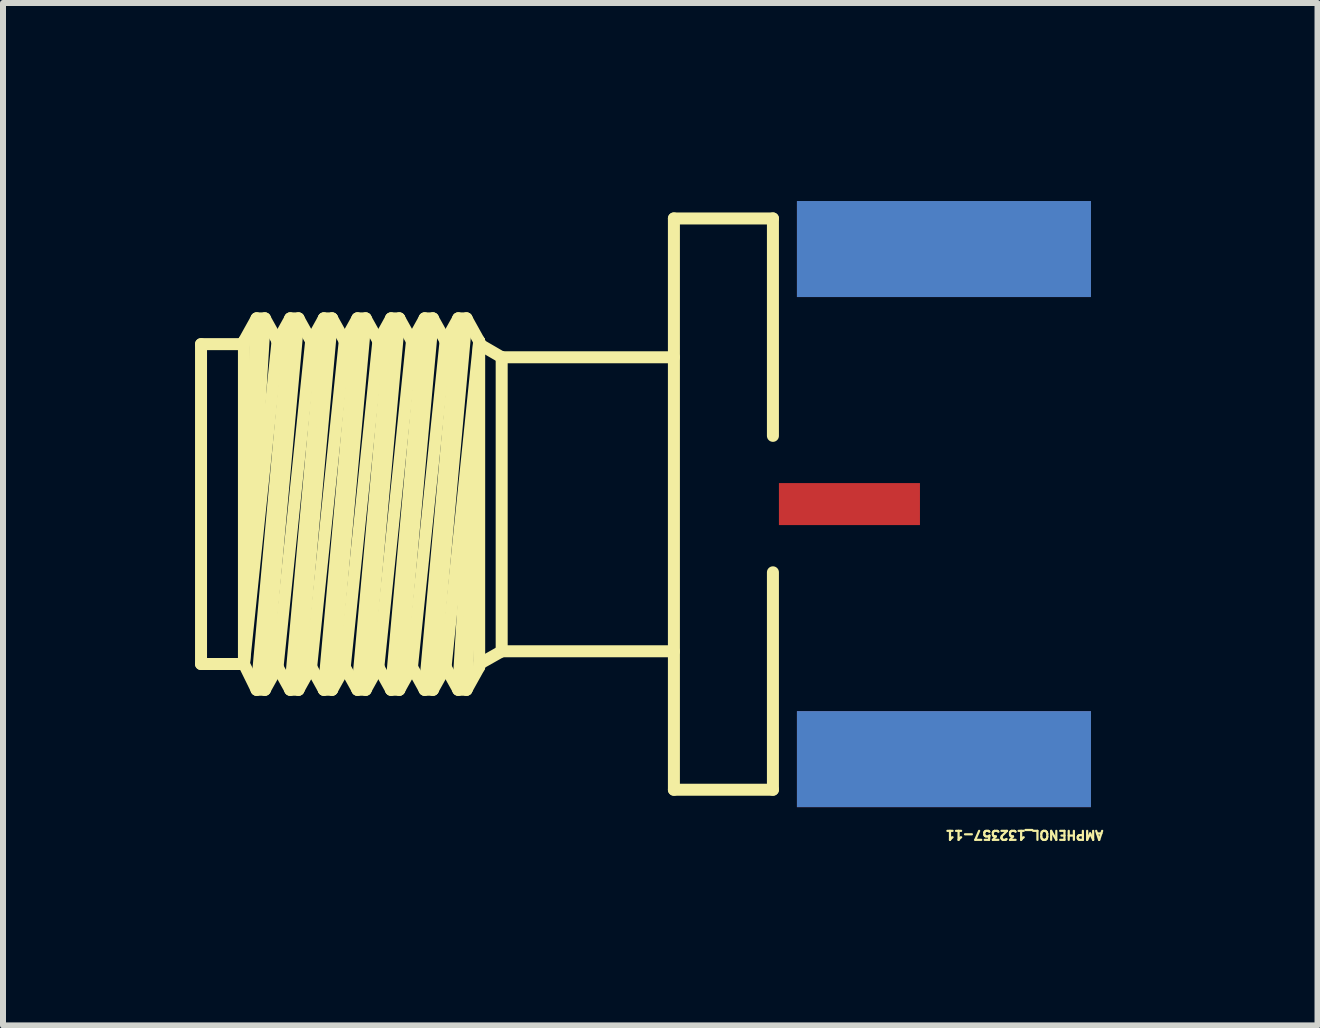
<source format=kicad_pcb>
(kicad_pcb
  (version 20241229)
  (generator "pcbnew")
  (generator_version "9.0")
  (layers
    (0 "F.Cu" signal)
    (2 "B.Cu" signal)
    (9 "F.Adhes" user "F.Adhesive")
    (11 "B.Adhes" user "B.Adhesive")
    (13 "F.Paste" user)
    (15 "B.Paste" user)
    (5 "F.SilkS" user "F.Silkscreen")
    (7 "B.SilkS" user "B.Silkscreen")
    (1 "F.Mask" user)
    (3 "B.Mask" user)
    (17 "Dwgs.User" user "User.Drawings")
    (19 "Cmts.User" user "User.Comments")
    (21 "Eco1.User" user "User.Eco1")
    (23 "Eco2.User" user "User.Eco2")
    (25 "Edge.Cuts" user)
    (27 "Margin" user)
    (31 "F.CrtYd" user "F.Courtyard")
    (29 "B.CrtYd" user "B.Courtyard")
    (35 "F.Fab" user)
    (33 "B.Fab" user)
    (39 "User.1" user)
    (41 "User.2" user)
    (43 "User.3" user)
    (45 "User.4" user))
  (footprint "AMPHENOL_132357-11"
    (layer "F.Cu")
    (at 11.105 5.35)
    (property "Reference" "AMPHENOL_132357-11" (at 4.25 5.425 180) (unlocked yes) (layer "F.SilkS") (effects (font (size 0.15 0.15) (thickness 0.037)) (justify left bottom)))
    (fp_line (start -10.805 -2.665) (end -10.805 2.665) (stroke (width 0.2) (type solid)) (layer "F.SilkS"))
    (fp_line (start -10.09 -2.715) (end -10.09 2.665) (stroke (width 0.2) (type solid)) (layer "F.SilkS"))
    (fp_line (start -10.09 -2.665) (end -10.805 -2.665) (stroke (width 0.2) (type solid)) (layer "F.SilkS"))
    (fp_line (start -10.09 2.665) (end -10.805 2.665) (stroke (width 0.2) (type solid)) (layer "F.SilkS"))
    (fp_line (start -9.879 -3.094) (end -10.09 -2.715) (stroke (width 0.2) (type solid)) (layer "F.SilkS"))
    (fp_line (start -9.879 -3.094) (end -10.09 2.665) (stroke (width 0.2) (type solid)) (layer "F.SilkS"))
    (fp_line (start -9.879 3.094) (end -10.09 2.665) (stroke (width 0.2) (type solid)) (layer "F.SilkS"))
    (fp_line (start -9.741 -3.094) (end -10.09 2.665) (stroke (width 0.2) (type solid)) (layer "F.SilkS"))
    (fp_line (start -9.741 -3.094) (end -9.879 -3.094) (stroke (width 0.2) (type solid)) (layer "F.SilkS"))
    (fp_line (start -9.741 3.094) (end -9.879 3.094) (stroke (width 0.2) (type solid)) (layer "F.SilkS"))
    (fp_line (start -9.53 -2.715) (end -10.09 2.665) (stroke (width 0.2) (type solid)) (layer "F.SilkS"))
    (fp_line (start -9.53 -2.715) (end -9.741 -3.094) (stroke (width 0.2) (type solid)) (layer "F.SilkS"))
    (fp_line (start -9.53 2.715) (end -9.741 3.094) (stroke (width 0.2) (type solid)) (layer "F.SilkS"))
    (fp_line (start -9.319 -3.094) (end -9.879 3.094) (stroke (width 0.2) (type solid)) (layer "F.SilkS"))
    (fp_line (start -9.319 -3.094) (end -9.53 -2.715) (stroke (width 0.2) (type solid)) (layer "F.SilkS"))
    (fp_line (start -9.319 3.094) (end -9.53 2.715) (stroke (width 0.2) (type solid)) (layer "F.SilkS"))
    (fp_line (start -9.181 -3.094) (end -9.741 3.094) (stroke (width 0.2) (type solid)) (layer "F.SilkS"))
    (fp_line (start -9.181 -3.094) (end -9.319 -3.094) (stroke (width 0.2) (type solid)) (layer "F.SilkS"))
    (fp_line (start -9.181 3.094) (end -9.319 3.094) (stroke (width 0.2) (type solid)) (layer "F.SilkS"))
    (fp_line (start -8.97 -2.715) (end -9.53 2.715) (stroke (width 0.2) (type solid)) (layer "F.SilkS"))
    (fp_line (start -8.97 -2.715) (end -9.181 -3.094) (stroke (width 0.2) (type solid)) (layer "F.SilkS"))
    (fp_line (start -8.97 2.715) (end -9.181 3.094) (stroke (width 0.2) (type solid)) (layer "F.SilkS"))
    (fp_line (start -8.759 -3.094) (end -9.319 3.094) (stroke (width 0.2) (type solid)) (layer "F.SilkS"))
    (fp_line (start -8.759 -3.094) (end -8.97 -2.715) (stroke (width 0.2) (type solid)) (layer "F.SilkS"))
    (fp_line (start -8.759 3.094) (end -8.97 2.715) (stroke (width 0.2) (type solid)) (layer "F.SilkS"))
    (fp_line (start -8.621 -3.094) (end -9.181 3.094) (stroke (width 0.2) (type solid)) (layer "F.SilkS"))
    (fp_line (start -8.621 -3.094) (end -8.759 -3.094) (stroke (width 0.2) (type solid)) (layer "F.SilkS"))
    (fp_line (start -8.621 3.094) (end -8.759 3.094) (stroke (width 0.2) (type solid)) (layer "F.SilkS"))
    (fp_line (start -8.41 -2.715) (end -8.97 2.715) (stroke (width 0.2) (type solid)) (layer "F.SilkS"))
    (fp_line (start -8.41 -2.715) (end -8.621 -3.094) (stroke (width 0.2) (type solid)) (layer "F.SilkS"))
    (fp_line (start -8.41 2.715) (end -8.621 3.094) (stroke (width 0.2) (type solid)) (layer "F.SilkS"))
    (fp_line (start -8.199 -3.094) (end -8.759 3.094) (stroke (width 0.2) (type solid)) (layer "F.SilkS"))
    (fp_line (start -8.199 -3.094) (end -8.41 -2.715) (stroke (width 0.2) (type solid)) (layer "F.SilkS"))
    (fp_line (start -8.199 3.094) (end -8.41 2.715) (stroke (width 0.2) (type solid)) (layer "F.SilkS"))
    (fp_line (start -8.061 -3.094) (end -8.621 3.094) (stroke (width 0.2) (type solid)) (layer "F.SilkS"))
    (fp_line (start -8.061 -3.094) (end -8.199 -3.094) (stroke (width 0.2) (type solid)) (layer "F.SilkS"))
    (fp_line (start -8.061 3.094) (end -8.199 3.094) (stroke (width 0.2) (type solid)) (layer "F.SilkS"))
    (fp_line (start -7.85 -2.715) (end -8.41 2.715) (stroke (width 0.2) (type solid)) (layer "F.SilkS"))
    (fp_line (start -7.85 -2.715) (end -8.061 -3.094) (stroke (width 0.2) (type solid)) (layer "F.SilkS"))
    (fp_line (start -7.85 2.715) (end -8.061 3.094) (stroke (width 0.2) (type solid)) (layer "F.SilkS"))
    (fp_line (start -7.639 -3.094) (end -8.199 3.094) (stroke (width 0.2) (type solid)) (layer "F.SilkS"))
    (fp_line (start -7.639 -3.094) (end -7.85 -2.715) (stroke (width 0.2) (type solid)) (layer "F.SilkS"))
    (fp_line (start -7.639 3.094) (end -7.85 2.715) (stroke (width 0.2) (type solid)) (layer "F.SilkS"))
    (fp_line (start -7.501 -3.094) (end -8.061 3.094) (stroke (width 0.2) (type solid)) (layer "F.SilkS"))
    (fp_line (start -7.501 -3.094) (end -7.639 -3.094) (stroke (width 0.2) (type solid)) (layer "F.SilkS"))
    (fp_line (start -7.501 3.094) (end -7.639 3.094) (stroke (width 0.2) (type solid)) (layer "F.SilkS"))
    (fp_line (start -7.29 -2.715) (end -7.85 2.715) (stroke (width 0.2) (type solid)) (layer "F.SilkS"))
    (fp_line (start -7.29 -2.715) (end -7.501 -3.094) (stroke (width 0.2) (type solid)) (layer "F.SilkS"))
    (fp_line (start -7.29 2.715) (end -7.501 3.094) (stroke (width 0.2) (type solid)) (layer "F.SilkS"))
    (fp_line (start -7.079 -3.094) (end -7.639 3.094) (stroke (width 0.2) (type solid)) (layer "F.SilkS"))
    (fp_line (start -7.079 -3.094) (end -7.29 -2.715) (stroke (width 0.2) (type solid)) (layer "F.SilkS"))
    (fp_line (start -7.079 3.094) (end -7.29 2.715) (stroke (width 0.2) (type solid)) (layer "F.SilkS"))
    (fp_line (start -6.941 -3.094) (end -7.501 3.094) (stroke (width 0.2) (type solid)) (layer "F.SilkS"))
    (fp_line (start -6.941 -3.094) (end -7.079 -3.094) (stroke (width 0.2) (type solid)) (layer "F.SilkS"))
    (fp_line (start -6.941 3.094) (end -7.079 3.094) (stroke (width 0.2) (type solid)) (layer "F.SilkS"))
    (fp_line (start -6.73 -2.715) (end -7.29 2.715) (stroke (width 0.2) (type solid)) (layer "F.SilkS"))
    (fp_line (start -6.73 -2.715) (end -6.941 -3.094) (stroke (width 0.2) (type solid)) (layer "F.SilkS"))
    (fp_line (start -6.73 2.715) (end -6.941 3.094) (stroke (width 0.2) (type solid)) (layer "F.SilkS"))
    (fp_line (start -6.519 -3.094) (end -7.079 3.094) (stroke (width 0.2) (type solid)) (layer "F.SilkS"))
    (fp_line (start -6.519 -3.094) (end -6.73 -2.715) (stroke (width 0.2) (type solid)) (layer "F.SilkS"))
    (fp_line (start -6.519 3.094) (end -6.73 2.715) (stroke (width 0.2) (type solid)) (layer "F.SilkS"))
    (fp_line (start -6.381 -3.094) (end -6.941 3.094) (stroke (width 0.2) (type solid)) (layer "F.SilkS"))
    (fp_line (start -6.381 -3.094) (end -6.519 -3.094) (stroke (width 0.2) (type solid)) (layer "F.SilkS"))
    (fp_line (start -6.381 3.094) (end -6.519 3.094) (stroke (width 0.2) (type solid)) (layer "F.SilkS"))
    (fp_line (start -6.17 -2.713) (end -6.73 2.715) (stroke (width 0.2) (type solid)) (layer "F.SilkS"))
    (fp_line (start -6.17 -2.713) (end -6.519 3.094) (stroke (width 0.2) (type solid)) (layer "F.SilkS"))
    (fp_line (start -6.17 -2.713) (end -6.381 -3.094) (stroke (width 0.2) (type solid)) (layer "F.SilkS"))
    (fp_line (start -6.17 -2.713) (end -6.17 2.715) (stroke (width 0.2) (type solid)) (layer "F.SilkS"))
    (fp_line (start -6.17 -2.665) (end -6.381 3.094) (stroke (width 0.2) (type solid)) (layer "F.SilkS"))
    (fp_line (start -6.17 2.715) (end -6.381 3.094) (stroke (width 0.2) (type solid)) (layer "F.SilkS"))
    (fp_line (start -5.795 -2.447) (end -6.17 -2.665) (stroke (width 0.2) (type solid)) (layer "F.SilkS"))
    (fp_line (start -5.795 -2.447) (end -5.795 2.453) (stroke (width 0.2) (type solid)) (layer "F.SilkS"))
    (fp_line (start -5.795 2.453) (end -6.17 2.665) (stroke (width 0.2) (type solid)) (layer "F.SilkS"))
    (fp_line (start -2.925 -4.76) (end -2.925 4.76) (stroke (width 0.2) (type solid)) (layer "F.SilkS"))
    (fp_line (start -2.925 -2.447) (end -5.795 -2.447) (stroke (width 0.2) (type solid)) (layer "F.SilkS"))
    (fp_line (start -2.925 2.453) (end -5.795 2.453) (stroke (width 0.2) (type solid)) (layer "F.SilkS"))
    (fp_line (start -1.275 -4.76) (end -2.925 -4.76) (stroke (width 0.2) (type solid)) (layer "F.SilkS"))
    (fp_line (start -1.275 -4.76) (end -1.275 -1.137) (stroke (width 0.2) (type solid)) (layer "F.SilkS"))
    (fp_line (start -1.275 1.137) (end -1.275 4.76) (stroke (width 0.2) (type solid)) (layer "F.SilkS"))
    (fp_line (start -1.275 4.76) (end -2.925 4.76) (stroke (width 0.2) (type solid)) (layer "F.SilkS"))
    (fp_line (start -11.055 -3.344) (end -11.055 3.344) (stroke (width 0.1) (type solid)) (layer "Eco1.User"))
    (fp_line (start -10.805 -2.665) (end -10.805 2.665) (stroke (width 0.1) (type solid)) (layer "Eco1.User"))
    (fp_line (start -10.09 -2.715) (end -10.09 2.665) (stroke (width 0.1) (type solid)) (layer "Eco1.User"))
    (fp_line (start -10.09 -2.665) (end -10.805 -2.665) (stroke (width 0.1) (type solid)) (layer "Eco1.User"))
    (fp_line (start -10.09 2.665) (end -10.805 2.665) (stroke (width 0.1) (type solid)) (layer "Eco1.User"))
    (fp_line (start -9.879 -3.094) (end -10.09 -2.715) (stroke (width 0.1) (type solid)) (layer "Eco1.User"))
    (fp_line (start -9.879 -3.094) (end -10.09 2.665) (stroke (width 0.1) (type solid)) (layer "Eco1.User"))
    (fp_line (start -9.879 3.094) (end -10.09 2.665) (stroke (width 0.1) (type solid)) (layer "Eco1.User"))
    (fp_line (start -9.741 -3.094) (end -10.09 2.665) (stroke (width 0.1) (type solid)) (layer "Eco1.User"))
    (fp_line (start -9.741 -3.094) (end -9.879 -3.094) (stroke (width 0.1) (type solid)) (layer "Eco1.User"))
    (fp_line (start -9.741 3.094) (end -9.879 3.094) (stroke (width 0.1) (type solid)) (layer "Eco1.User"))
    (fp_line (start -9.53 -2.715) (end -10.09 2.665) (stroke (width 0.1) (type solid)) (layer "Eco1.User"))
    (fp_line (start -9.53 -2.715) (end -9.741 -3.094) (stroke (width 0.1) (type solid)) (layer "Eco1.User"))
    (fp_line (start -9.53 2.715) (end -9.741 3.094) (stroke (width 0.1) (type solid)) (layer "Eco1.User"))
    (fp_line (start -9.319 -3.094) (end -9.879 3.094) (stroke (width 0.1) (type solid)) (layer "Eco1.User"))
    (fp_line (start -9.319 -3.094) (end -9.53 -2.715) (stroke (width 0.1) (type solid)) (layer "Eco1.User"))
    (fp_line (start -9.319 3.094) (end -9.53 2.715) (stroke (width 0.1) (type solid)) (layer "Eco1.User"))
    (fp_line (start -9.181 -3.094) (end -9.741 3.094) (stroke (width 0.1) (type solid)) (layer "Eco1.User"))
    (fp_line (start -9.181 -3.094) (end -9.319 -3.094) (stroke (width 0.1) (type solid)) (layer "Eco1.User"))
    (fp_line (start -9.181 3.094) (end -9.319 3.094) (stroke (width 0.1) (type solid)) (layer "Eco1.User"))
    (fp_line (start -8.97 -2.715) (end -9.53 2.715) (stroke (width 0.1) (type solid)) (layer "Eco1.User"))
    (fp_line (start -8.97 -2.715) (end -9.181 -3.094) (stroke (width 0.1) (type solid)) (layer "Eco1.User"))
    (fp_line (start -8.97 2.715) (end -9.181 3.094) (stroke (width 0.1) (type solid)) (layer "Eco1.User"))
    (fp_line (start -8.759 -3.094) (end -9.319 3.094) (stroke (width 0.1) (type solid)) (layer "Eco1.User"))
    (fp_line (start -8.759 -3.094) (end -8.97 -2.715) (stroke (width 0.1) (type solid)) (layer "Eco1.User"))
    (fp_line (start -8.759 3.094) (end -8.97 2.715) (stroke (width 0.1) (type solid)) (layer "Eco1.User"))
    (fp_line (start -8.621 -3.094) (end -9.181 3.094) (stroke (width 0.1) (type solid)) (layer "Eco1.User"))
    (fp_line (start -8.621 -3.094) (end -8.759 -3.094) (stroke (width 0.1) (type solid)) (layer "Eco1.User"))
    (fp_line (start -8.621 3.094) (end -8.759 3.094) (stroke (width 0.1) (type solid)) (layer "Eco1.User"))
    (fp_line (start -8.41 -2.715) (end -8.97 2.715) (stroke (width 0.1) (type solid)) (layer "Eco1.User"))
    (fp_line (start -8.41 -2.715) (end -8.621 -3.094) (stroke (width 0.1) (type solid)) (layer "Eco1.User"))
    (fp_line (start -8.41 2.715) (end -8.621 3.094) (stroke (width 0.1) (type solid)) (layer "Eco1.User"))
    (fp_line (start -8.199 -3.094) (end -8.759 3.094) (stroke (width 0.1) (type solid)) (layer "Eco1.User"))
    (fp_line (start -8.199 -3.094) (end -8.41 -2.715) (stroke (width 0.1) (type solid)) (layer "Eco1.User"))
    (fp_line (start -8.199 3.094) (end -8.41 2.715) (stroke (width 0.1) (type solid)) (layer "Eco1.User"))
    (fp_line (start -8.061 -3.094) (end -8.621 3.094) (stroke (width 0.1) (type solid)) (layer "Eco1.User"))
    (fp_line (start -8.061 -3.094) (end -8.199 -3.094) (stroke (width 0.1) (type solid)) (layer "Eco1.User"))
    (fp_line (start -8.061 3.094) (end -8.199 3.094) (stroke (width 0.1) (type solid)) (layer "Eco1.User"))
    (fp_line (start -7.85 -2.715) (end -8.41 2.715) (stroke (width 0.1) (type solid)) (layer "Eco1.User"))
    (fp_line (start -7.85 -2.715) (end -8.061 -3.094) (stroke (width 0.1) (type solid)) (layer "Eco1.User"))
    (fp_line (start -7.85 2.715) (end -8.061 3.094) (stroke (width 0.1) (type solid)) (layer "Eco1.User"))
    (fp_line (start -7.639 -3.094) (end -8.199 3.094) (stroke (width 0.1) (type solid)) (layer "Eco1.User"))
    (fp_line (start -7.639 -3.094) (end -7.85 -2.715) (stroke (width 0.1) (type solid)) (layer "Eco1.User"))
    (fp_line (start -7.639 3.094) (end -7.85 2.715) (stroke (width 0.1) (type solid)) (layer "Eco1.User"))
    (fp_line (start -7.501 -3.094) (end -8.061 3.094) (stroke (width 0.1) (type solid)) (layer "Eco1.User"))
    (fp_line (start -7.501 -3.094) (end -7.639 -3.094) (stroke (width 0.1) (type solid)) (layer "Eco1.User"))
    (fp_line (start -7.501 3.094) (end -7.639 3.094) (stroke (width 0.1) (type solid)) (layer "Eco1.User"))
    (fp_line (start -7.29 -2.715) (end -7.85 2.715) (stroke (width 0.1) (type solid)) (layer "Eco1.User"))
    (fp_line (start -7.29 -2.715) (end -7.501 -3.094) (stroke (width 0.1) (type solid)) (layer "Eco1.User"))
    (fp_line (start -7.29 2.715) (end -7.501 3.094) (stroke (width 0.1) (type solid)) (layer "Eco1.User"))
    (fp_line (start -7.079 -3.094) (end -7.639 3.094) (stroke (width 0.1) (type solid)) (layer "Eco1.User"))
    (fp_line (start -7.079 -3.094) (end -7.29 -2.715) (stroke (width 0.1) (type solid)) (layer "Eco1.User"))
    (fp_line (start -7.079 3.094) (end -7.29 2.715) (stroke (width 0.1) (type solid)) (layer "Eco1.User"))
    (fp_line (start -6.941 -3.094) (end -7.501 3.094) (stroke (width 0.1) (type solid)) (layer "Eco1.User"))
    (fp_line (start -6.941 -3.094) (end -7.079 -3.094) (stroke (width 0.1) (type solid)) (layer "Eco1.User"))
    (fp_line (start -6.941 3.094) (end -7.079 3.094) (stroke (width 0.1) (type solid)) (layer "Eco1.User"))
    (fp_line (start -6.73 -2.715) (end -7.29 2.715) (stroke (width 0.1) (type solid)) (layer "Eco1.User"))
    (fp_line (start -6.73 -2.715) (end -6.941 -3.094) (stroke (width 0.1) (type solid)) (layer "Eco1.User"))
    (fp_line (start -6.73 2.715) (end -6.941 3.094) (stroke (width 0.1) (type solid)) (layer "Eco1.User"))
    (fp_line (start -6.519 -3.094) (end -7.079 3.094) (stroke (width 0.1) (type solid)) (layer "Eco1.User"))
    (fp_line (start -6.519 -3.094) (end -6.73 -2.715) (stroke (width 0.1) (type solid)) (layer "Eco1.User"))
    (fp_line (start -6.519 3.094) (end -6.73 2.715) (stroke (width 0.1) (type solid)) (layer "Eco1.User"))
    (fp_line (start -6.381 -3.094) (end -6.941 3.094) (stroke (width 0.1) (type solid)) (layer "Eco1.User"))
    (fp_line (start -6.381 -3.094) (end -6.519 -3.094) (stroke (width 0.1) (type solid)) (layer "Eco1.User"))
    (fp_line (start -6.381 3.094) (end -6.519 3.094) (stroke (width 0.1) (type solid)) (layer "Eco1.User"))
    (fp_line (start -6.17 -2.713) (end -6.73 2.715) (stroke (width 0.1) (type solid)) (layer "Eco1.User"))
    (fp_line (start -6.17 -2.713) (end -6.519 3.094) (stroke (width 0.1) (type solid)) (layer "Eco1.User"))
    (fp_line (start -6.17 -2.713) (end -6.381 -3.094) (stroke (width 0.1) (type solid)) (layer "Eco1.User"))
    (fp_line (start -6.17 -2.713) (end -6.17 2.715) (stroke (width 0.1) (type solid)) (layer "Eco1.User"))
    (fp_line (start -6.17 -2.665) (end -6.381 3.094) (stroke (width 0.1) (type solid)) (layer "Eco1.User"))
    (fp_line (start -6.17 2.715) (end -6.381 3.094) (stroke (width 0.1) (type solid)) (layer "Eco1.User"))
    (fp_line (start -5.795 -2.447) (end -6.17 -2.665) (stroke (width 0.1) (type solid)) (layer "Eco1.User"))
    (fp_line (start -5.795 -2.447) (end -5.795 2.453) (stroke (width 0.1) (type solid)) (layer "Eco1.User"))
    (fp_line (start -5.795 2.453) (end -6.17 2.665) (stroke (width 0.1) (type solid)) (layer "Eco1.User"))
    (fp_line (start -3.175 -5.3) (end -3.175 -3.344) (stroke (width 0.1) (type solid)) (layer "Eco1.User"))
    (fp_line (start -3.175 -3.344) (end -11.055 -3.344) (stroke (width 0.1) (type solid)) (layer "Eco1.User"))
    (fp_line (start -3.175 3.344) (end -11.055 3.344) (stroke (width 0.1) (type solid)) (layer "Eco1.User"))
    (fp_line (start -3.175 3.344) (end -3.175 5.3) (stroke (width 0.1) (type solid)) (layer "Eco1.User"))
    (fp_line (start -2.925 -4.76) (end -2.925 4.76) (stroke (width 0.1) (type solid)) (layer "Eco1.User"))
    (fp_line (start -2.925 -2.447) (end -5.795 -2.447) (stroke (width 0.1) (type solid)) (layer "Eco1.User"))
    (fp_line (start -2.925 2.453) (end -5.795 2.453) (stroke (width 0.1) (type solid)) (layer "Eco1.User"))
    (fp_line (start -1.275 -4.76) (end -1.275 0) (stroke (width 0.1) (type solid)) (layer "Eco1.User"))
    (fp_line (start -1.275 0) (end -1.275 4.76) (stroke (width 0.1) (type solid)) (layer "Eco1.User"))
    (fp_line (start -1.025 -3.2) (end -1.025 -1) (stroke (width 0.1) (type solid)) (layer "Eco1.User"))
    (fp_line (start -1.025 1) (end -1.025 3.2) (stroke (width 0.1) (type solid)) (layer "Eco1.User"))
    (fp_line (start 0.635 -0.251) (end -1.275 -0.251) (stroke (width 0.1) (type solid)) (layer "Eco1.User"))
    (fp_line (start 0.635 -0.251) (end 0.635 0.251) (stroke (width 0.1) (type solid)) (layer "Eco1.User"))
    (fp_line (start 0.635 0.251) (end -1.275 0.251) (stroke (width 0.1) (type solid)) (layer "Eco1.User"))
    (fp_line (start 1.425 -1) (end -1.025 -1) (stroke (width 0.1) (type solid)) (layer "Eco1.User"))
    (fp_line (start 1.425 -1) (end 1.425 1) (stroke (width 0.1) (type solid)) (layer "Eco1.User"))
    (fp_line (start 1.425 1) (end -1.025 1) (stroke (width 0.1) (type solid)) (layer "Eco1.User"))
    (fp_line (start 3.475 -4.76) (end -2.925 -4.76) (stroke (width 0.1) (type solid)) (layer "Eco1.User"))
    (fp_line (start 3.475 -4.76) (end 3.475 -3.74) (stroke (width 0.1) (type solid)) (layer "Eco1.User"))
    (fp_line (start 3.475 -3.74) (end -1.275 -3.74) (stroke (width 0.1) (type solid)) (layer "Eco1.User"))
    (fp_line (start 3.475 3.74) (end -1.275 3.74) (stroke (width 0.1) (type solid)) (layer "Eco1.User"))
    (fp_line (start 3.475 3.74) (end 3.475 4.76) (stroke (width 0.1) (type solid)) (layer "Eco1.User"))
    (fp_line (start 3.475 4.76) (end -2.925 4.76) (stroke (width 0.1) (type solid)) (layer "Eco1.User"))
    (fp_line (start 4.275 -5.3) (end -3.175 -5.3) (stroke (width 0.1) (type solid)) (layer "Eco1.User"))
    (fp_line (start 4.275 -5.3) (end 4.275 -3.2) (stroke (width 0.1) (type solid)) (layer "Eco1.User"))
    (fp_line (start 4.275 -3.2) (end -1.025 -3.2) (stroke (width 0.1) (type solid)) (layer "Eco1.User"))
    (fp_line (start 4.275 3.2) (end -1.025 3.2) (stroke (width 0.1) (type solid)) (layer "Eco1.User"))
    (fp_line (start 4.275 3.2) (end 4.275 5.3) (stroke (width 0.1) (type solid)) (layer "Eco1.User"))
    (fp_line (start 4.275 5.3) (end -3.175 5.3) (stroke (width 0.1) (type solid)) (layer "Eco1.User"))
    (fp_line (start 4.75 0) (end -1.275 0) (stroke (width 0.1) (type solid)) (layer "Eco1.User"))
    (fp_line (start -1.175 -0.75) (end -1.175 0.75) (stroke (width 0.1) (type solid)) (layer "User.8"))
    (fp_line (start -0.875 -5.05) (end -0.875 -3.45) (stroke (width 0.1) (type solid)) (layer "User.8"))
    (fp_line (start -0.875 3.45) (end -0.875 5.05) (stroke (width 0.1) (type solid)) (layer "User.8"))
    (fp_line (start 0 -0.5) (end 0 0) (stroke (width 0.1) (type solid)) (layer "User.8"))
    (fp_line (start 0 0) (end -0.5 0) (stroke (width 0.1) (type solid)) (layer "User.8"))
    (fp_line (start 0 0) (end 0 0.5) (stroke (width 0.1) (type solid)) (layer "User.8"))
    (fp_line (start 0.5 0) (end 0 0) (stroke (width 0.1) (type solid)) (layer "User.8"))
    (fp_line (start 1.175 -0.75) (end -1.175 -0.75) (stroke (width 0.1) (type solid)) (layer "User.8"))
    (fp_line (start 1.175 -0.75) (end 1.175 0.75) (stroke (width 0.1) (type solid)) (layer "User.8"))
    (fp_line (start 1.175 0.75) (end -1.175 0.75) (stroke (width 0.1) (type solid)) (layer "User.8"))
    (fp_line (start 1.575 -4.75) (end 1.575 -4.25) (stroke (width 0.1) (type solid)) (layer "User.8"))
    (fp_line (start 1.575 -4.25) (end 1.075 -4.25) (stroke (width 0.1) (type solid)) (layer "User.8"))
    (fp_line (start 1.575 -4.25) (end 1.575 -3.75) (stroke (width 0.1) (type solid)) (layer "User.8"))
    (fp_line (start 1.575 3.75) (end 1.575 4.25) (stroke (width 0.1) (type solid)) (layer "User.8"))
    (fp_line (start 1.575 4.25) (end 1.075 4.25) (stroke (width 0.1) (type solid)) (layer "User.8"))
    (fp_line (start 1.575 4.25) (end 1.575 4.75) (stroke (width 0.1) (type solid)) (layer "User.8"))
    (fp_line (start 2.075 -4.25) (end 1.575 -4.25) (stroke (width 0.1) (type solid)) (layer "User.8"))
    (fp_line (start 2.075 4.25) (end 1.575 4.25) (stroke (width 0.1) (type solid)) (layer "User.8"))
    (fp_line (start 4.025 -5.05) (end -0.875 -5.05) (stroke (width 0.1) (type solid)) (layer "User.8"))
    (fp_line (start 4.025 -5.05) (end 4.025 -3.45) (stroke (width 0.1) (type solid)) (layer "User.8"))
    (fp_line (start 4.025 -3.45) (end -0.875 -3.45) (stroke (width 0.1) (type solid)) (layer "User.8"))
    (fp_line (start 4.025 3.45) (end -0.875 3.45) (stroke (width 0.1) (type solid)) (layer "User.8"))
    (fp_line (start 4.025 3.45) (end 4.025 5.05) (stroke (width 0.1) (type solid)) (layer "User.8"))
    (fp_line (start 4.025 5.05) (end -0.875 5.05) (stroke (width 0.1) (type solid)) (layer "User.8"))
    (pad "1" smd rect (at 0 0) (size 2.35 0.7) (layers "F.Cu" "F.Mask" "F.Paste"))
    (pad "2" smd rect (at 1.575 -4.25) (size 4.9 1.6) (layers "F.Cu" "F.Mask" "F.Paste"))
    (pad "2" smd rect (at 1.575 -4.25) (size 4.9 1.6) (layers "B.Cu" "B.Mask" "B.Paste"))
    (pad "2" smd rect (at 1.575 4.25) (size 4.9 1.6) (layers "F.Cu" "F.Mask" "F.Paste"))
    (pad "2" smd rect (at 1.575 4.25) (size 4.9 1.6) (layers "B.Cu" "B.Mask" "B.Paste")))
  (gr_rect
    (start -3 -3)
    (end 18.905 14.037)
    (stroke (width 0.1) (type default))
    (fill no)
    (layer "Edge.Cuts")))
</source>
